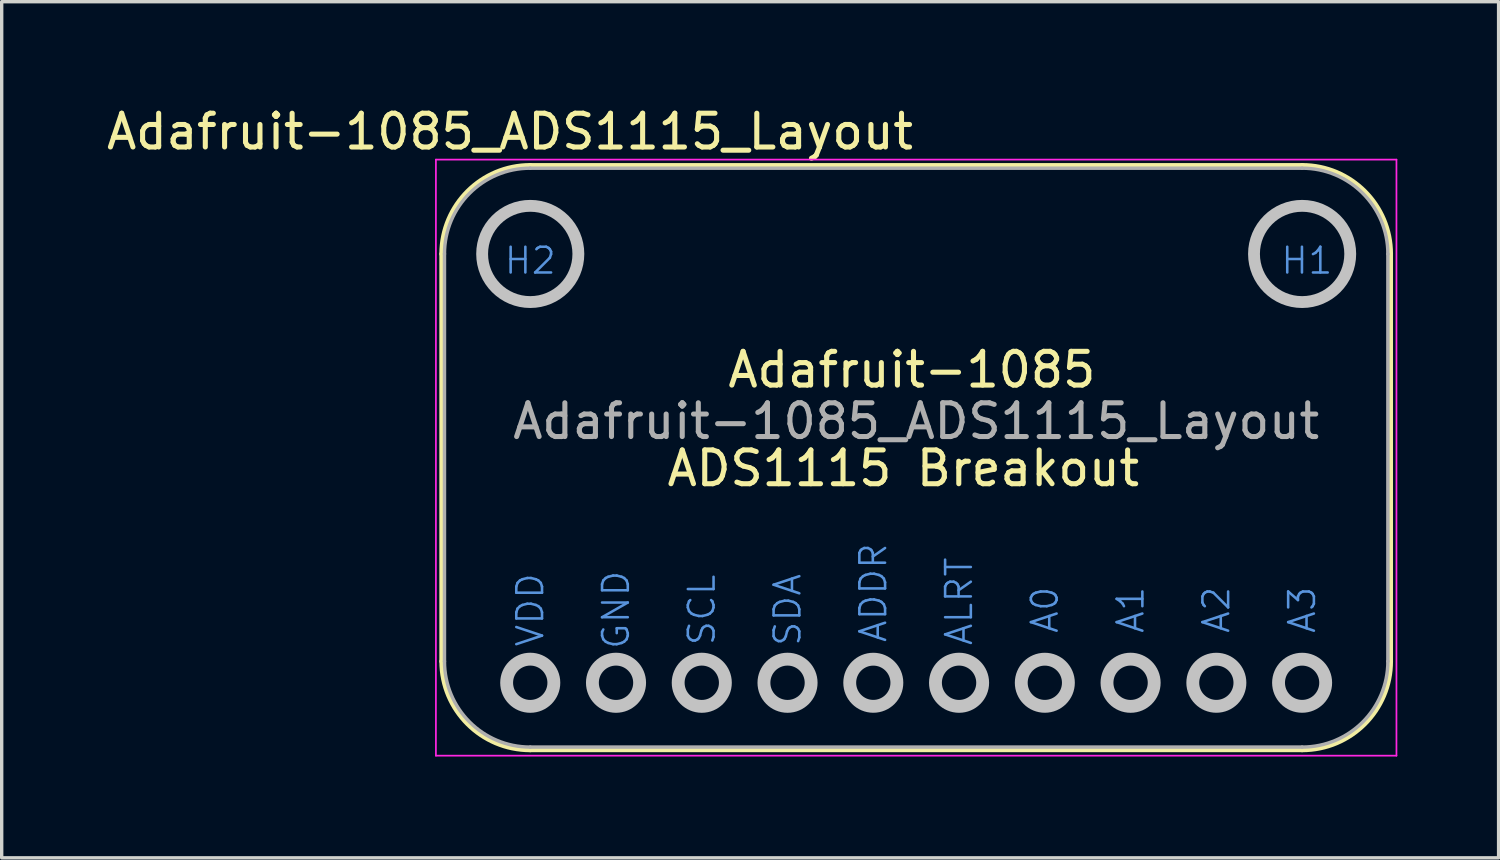
<source format=kicad_pcb>
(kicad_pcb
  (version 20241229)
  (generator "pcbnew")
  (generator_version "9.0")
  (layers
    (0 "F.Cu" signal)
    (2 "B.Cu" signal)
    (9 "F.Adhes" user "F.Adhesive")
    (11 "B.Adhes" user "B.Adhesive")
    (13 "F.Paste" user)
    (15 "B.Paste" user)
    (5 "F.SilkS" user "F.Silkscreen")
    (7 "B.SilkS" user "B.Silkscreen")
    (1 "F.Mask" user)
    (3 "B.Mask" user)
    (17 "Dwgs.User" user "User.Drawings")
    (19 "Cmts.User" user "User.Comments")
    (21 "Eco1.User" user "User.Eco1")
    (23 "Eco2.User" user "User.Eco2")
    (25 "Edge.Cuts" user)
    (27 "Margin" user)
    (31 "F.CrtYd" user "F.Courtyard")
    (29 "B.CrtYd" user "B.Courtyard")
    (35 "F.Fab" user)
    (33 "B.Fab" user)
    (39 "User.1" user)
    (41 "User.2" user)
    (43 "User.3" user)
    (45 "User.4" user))
  (footprint "Adafruit-1085_ADS1115_Layout"
    (layer "F.Cu")
    (at 12.654 17.171)
    (property "Reference" "Adafruit-1085_ADS1115_Layout" (at 11.43 -7.747 0) (layer "F.Fab") (effects (font (size 1 1) (thickness 0.15))))
    (attr through_hole)
    (fp_line (start -2.616 -12.7) (end -2.616 -0.635) (stroke (width 0.152) (type solid)) (layer "F.SilkS"))
    (fp_line (start 0 -15.316) (end 22.86 -15.316) (stroke (width 0.152) (type solid)) (layer "F.SilkS"))
    (fp_line (start 0 1.981) (end 22.86 1.981) (stroke (width 0.152) (type solid)) (layer "F.SilkS"))
    (fp_line (start 25.476 -12.7) (end 25.476 -0.635) (stroke (width 0.152) (type solid)) (layer "F.SilkS"))
    (fp_arc (start -2.6162 -12.7) (mid -1.849933 -14.549933) (end 0 -15.3162) (stroke (width 0.1524) (type solid)) (layer "F.SilkS"))
    (fp_arc (start 0 1.9812) (mid -1.849933 1.214933) (end -2.6162 -0.635) (stroke (width 0.1524) (type solid)) (layer "F.SilkS"))
    (fp_arc (start 22.86 -15.3162) (mid 24.709933 -14.549933) (end 25.4762 -12.7) (stroke (width 0.1524) (type solid)) (layer "F.SilkS"))
    (fp_arc (start 25.4762 -0.635) (mid 24.709933 1.214933) (end 22.86 1.9812) (stroke (width 0.1524) (type solid)) (layer "F.SilkS"))
    (fp_circle (center 0 -12.7) (end 1.425 -12.7) (stroke (width 0.351) (type solid)) (fill no) (layer "Dwgs.User"))
    (fp_circle (center 0 0) (end 0.699 0) (stroke (width 0.381) (type solid)) (fill no) (layer "Dwgs.User"))
    (fp_circle (center 2.54 0) (end 3.239 0) (stroke (width 0.381) (type solid)) (fill no) (layer "Dwgs.User"))
    (fp_circle (center 5.08 0) (end 5.779 0) (stroke (width 0.381) (type solid)) (fill no) (layer "Dwgs.User"))
    (fp_circle (center 7.62 0) (end 8.319 0) (stroke (width 0.381) (type solid)) (fill no) (layer "Dwgs.User"))
    (fp_circle (center 10.16 0) (end 10.858 0) (stroke (width 0.381) (type solid)) (fill no) (layer "Dwgs.User"))
    (fp_circle (center 12.7 0) (end 13.399 0) (stroke (width 0.381) (type solid)) (fill no) (layer "Dwgs.User"))
    (fp_circle (center 15.24 0) (end 15.938 0) (stroke (width 0.381) (type solid)) (fill no) (layer "Dwgs.User"))
    (fp_circle (center 17.78 0) (end 18.479 0) (stroke (width 0.381) (type solid)) (fill no) (layer "Dwgs.User"))
    (fp_circle (center 20.32 0) (end 21.018 0) (stroke (width 0.381) (type solid)) (fill no) (layer "Dwgs.User"))
    (fp_circle (center 22.86 -12.7) (end 24.285 -12.7) (stroke (width 0.351) (type solid)) (fill no) (layer "Dwgs.User"))
    (fp_circle (center 22.86 0) (end 23.558 0) (stroke (width 0.381) (type solid)) (fill no) (layer "Dwgs.User"))
    (fp_line (start -2.794 -15.494) (end 25.654 -15.494) (stroke (width 0.051) (type solid)) (layer "F.CrtYd"))
    (fp_line (start -2.794 2.159) (end -2.794 -15.494) (stroke (width 0.051) (type solid)) (layer "F.CrtYd"))
    (fp_line (start 25.654 -15.494) (end 25.654 2.159) (stroke (width 0.051) (type solid)) (layer "F.CrtYd"))
    (fp_line (start 25.654 2.159) (end -2.794 2.159) (stroke (width 0.051) (type solid)) (layer "F.CrtYd"))
    (fp_line (start -2.54 -12.7) (end -2.54 -0.635) (stroke (width 0.102) (type solid)) (layer "F.Fab"))
    (fp_line (start 0 -15.24) (end 22.86 -15.24) (stroke (width 0.102) (type solid)) (layer "F.Fab"))
    (fp_line (start 0 1.905) (end 22.86 1.905) (stroke (width 0.102) (type solid)) (layer "F.Fab"))
    (fp_line (start 25.4 -12.7) (end 25.4 -0.635) (stroke (width 0.102) (type solid)) (layer "F.Fab"))
    (fp_arc (start -2.54 -12.7) (mid -1.796051 -14.496051) (end 0 -15.24) (stroke (width 0.1016) (type solid)) (layer "F.Fab"))
    (fp_arc (start 0 1.905) (mid -1.796051 1.161051) (end -2.54 -0.635) (stroke (width 0.1016) (type solid)) (layer "F.Fab"))
    (fp_arc (start 22.86 -15.24) (mid 24.656051 -14.496051) (end 25.4 -12.7) (stroke (width 0.1016) (type solid)) (layer "F.Fab"))
    (fp_arc (start 25.4 -0.635) (mid 24.656051 1.161051) (end 22.86 1.905) (stroke (width 0.1016) (type solid)) (layer "F.Fab"))
    (fp_text user "${REFERENCE}" (at -0.6 -16.323 0) (layer "F.SilkS") (effects (font (size 1 1) (thickness 0.15))))
    (fp_text user "ADS1115 Breakout" (at 11.049 -6.35 0) (layer "F.SilkS") (effects (font (size 1 1) (thickness 0.15))))
    (fp_text user "Adafruit-1085" (at 11.303 -9.271 0) (layer "F.SilkS") (effects (font (size 1 1) (thickness 0.15))))
    (fp_text user "A3" (at 22.86 -2.159 90) (layer "Cmts.User") (effects (font (size 0.762 0.762) (thickness 0.076))))
    (fp_text user "A2" (at 20.32 -2.159 90) (layer "Cmts.User") (effects (font (size 0.762 0.762) (thickness 0.076))))
    (fp_text user "VDD" (at 0 -2.159 90) (layer "Cmts.User") (effects (font (size 0.762 0.762) (thickness 0.076))))
    (fp_text user "ALRT" (at 12.7 -2.413 90) (layer "Cmts.User") (effects (font (size 0.762 0.762) (thickness 0.076))))
    (fp_text user "H1" (at 23 -12.5 0) (layer "Cmts.User") (effects (font (size 0.762 0.762) (thickness 0.076))))
    (fp_text user "SCL" (at 5.08 -2.159 90) (layer "Cmts.User") (effects (font (size 0.762 0.762) (thickness 0.076))))
    (fp_text user "GND" (at 2.54 -2.159 90) (layer "Cmts.User") (effects (font (size 0.762 0.762) (thickness 0.076))))
    (fp_text user "SDA" (at 7.62 -2.159 90) (layer "Cmts.User") (effects (font (size 0.762 0.762) (thickness 0.076))))
    (fp_text user "A1" (at 17.78 -2.159 90) (layer "Cmts.User") (effects (font (size 0.762 0.762) (thickness 0.076))))
    (fp_text user "ADDR" (at 10.16 -2.667 90) (layer "Cmts.User") (effects (font (size 0.762 0.762) (thickness 0.076))))
    (fp_text user "A0" (at 15.24 -2.159 90) (layer "Cmts.User") (effects (font (size 0.762 0.762) (thickness 0.076))))
    (fp_text user "H2" (at 0 -12.5 0) (layer "Cmts.User") (effects (font (size 0.762 0.762) (thickness 0.076))))
    (fp_text user "${REFERENCE}" (at 3.81 -12.827 0) (layer "Eco1.User") (effects (font (size 0.5 0.5) (thickness 0.05)))))
  (gr_rect
    (start -3 -3)
    (end 41.333 22.356)
    (stroke (width 0.1) (type default))
    (fill no)
    (layer "Edge.Cuts")))
</source>
